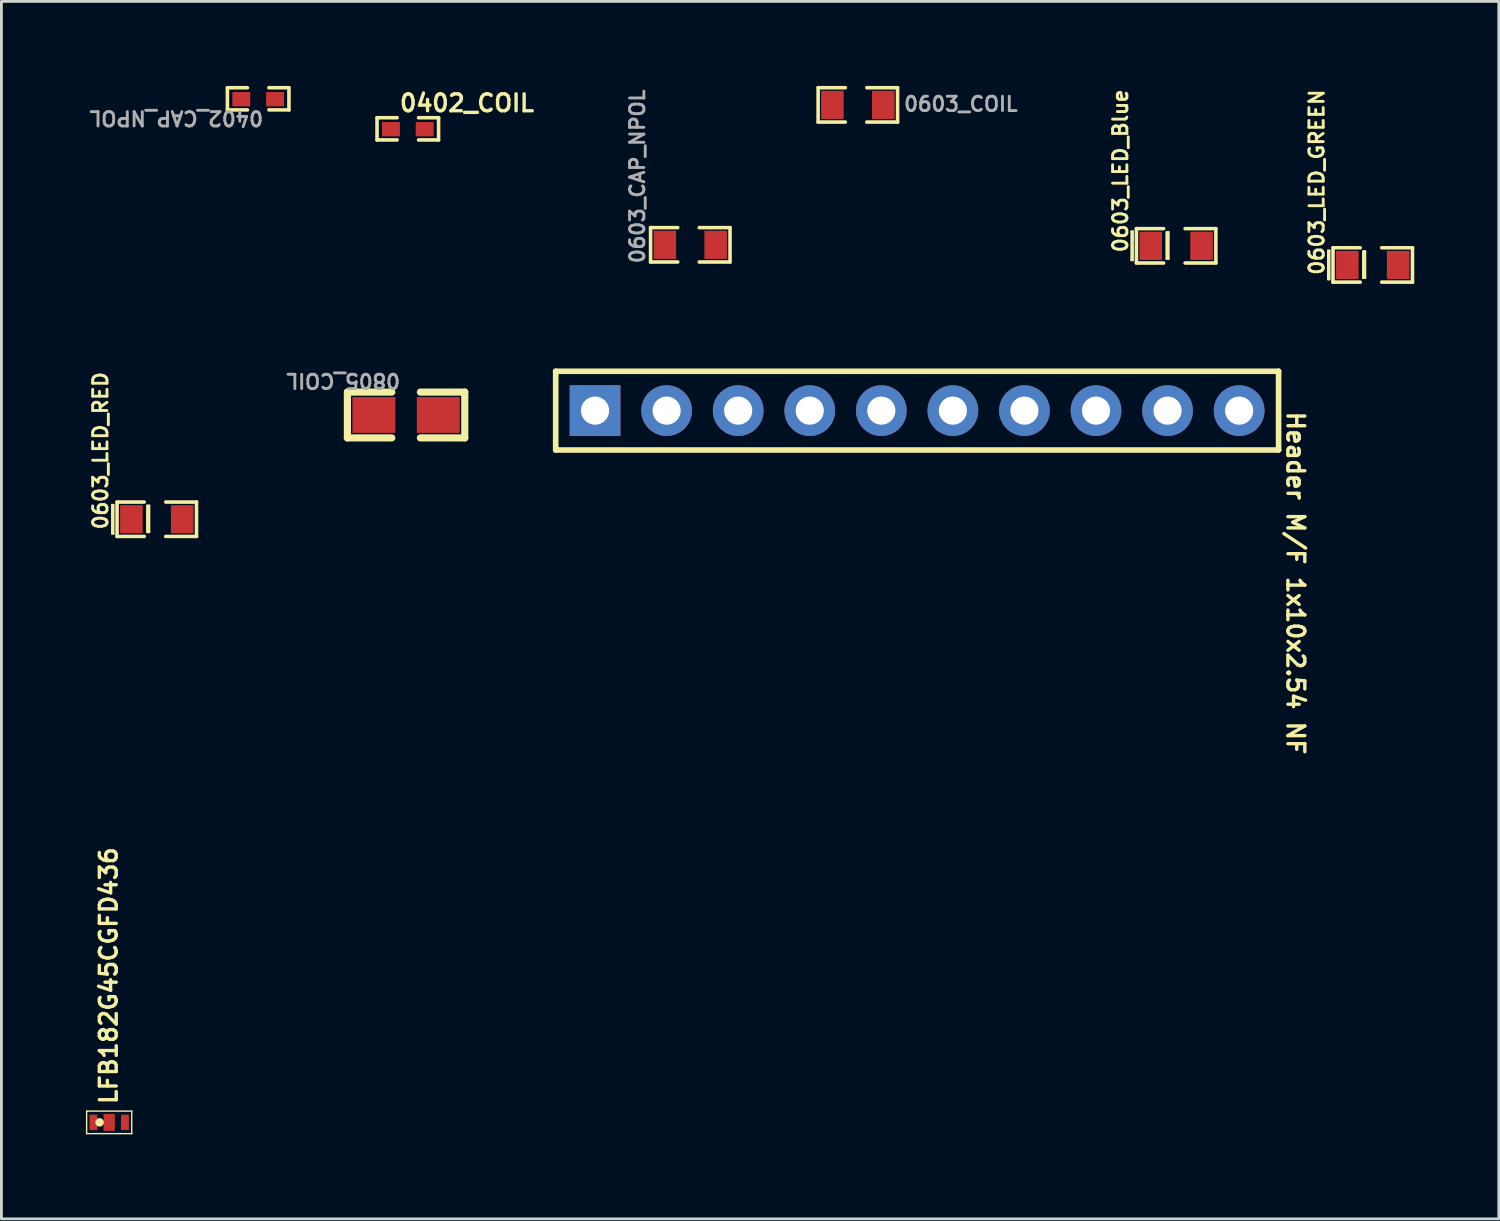
<source format=kicad_pcb>
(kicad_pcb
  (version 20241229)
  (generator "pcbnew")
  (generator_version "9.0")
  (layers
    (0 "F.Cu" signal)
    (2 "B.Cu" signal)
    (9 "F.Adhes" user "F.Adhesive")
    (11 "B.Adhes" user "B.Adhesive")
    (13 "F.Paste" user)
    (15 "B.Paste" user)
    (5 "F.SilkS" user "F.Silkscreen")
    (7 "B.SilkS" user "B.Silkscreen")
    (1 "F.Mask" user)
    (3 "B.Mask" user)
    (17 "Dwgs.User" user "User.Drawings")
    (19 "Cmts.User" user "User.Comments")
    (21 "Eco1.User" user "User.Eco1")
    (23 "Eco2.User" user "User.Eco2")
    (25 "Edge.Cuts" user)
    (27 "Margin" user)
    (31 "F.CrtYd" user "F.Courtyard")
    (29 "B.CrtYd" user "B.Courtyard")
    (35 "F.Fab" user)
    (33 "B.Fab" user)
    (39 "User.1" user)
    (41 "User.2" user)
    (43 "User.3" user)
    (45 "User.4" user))
  (footprint "0402_CAP_NPOL"
    (layer "F.Cu")
    (at 6.113 0.47)
    (property "Reference" "0402_CAP_NPOL" (at 0.236 0.375 180) (unlocked yes) (layer "F.Fab") (effects (font (size 0.508 0.508) (thickness 0.102)) (justify left bottom)))
    (fp_line (start -1.092 -0.406) (end -1.092 0.381) (stroke (width 0.127) (type solid)) (layer "F.SilkS"))
    (fp_line (start -0.381 -0.406) (end -1.092 -0.406) (stroke (width 0.127) (type solid)) (layer "F.SilkS"))
    (fp_line (start -0.381 0.381) (end -1.092 0.381) (stroke (width 0.127) (type solid)) (layer "F.SilkS"))
    (fp_line (start 1.092 -0.406) (end 0.381 -0.406) (stroke (width 0.127) (type solid)) (layer "F.SilkS"))
    (fp_line (start 1.092 -0.406) (end 1.092 0.381) (stroke (width 0.127) (type solid)) (layer "F.SilkS"))
    (fp_line (start 1.092 0.381) (end 0.381 0.381) (stroke (width 0.127) (type solid)) (layer "F.SilkS"))
    (pad "1" smd rect (at -0.599 0) (size 0.635 0.508) (layers "F.Cu" "F.Mask" "F.Paste"))
    (pad "2" smd rect (at 0.599 0) (size 0.635 0.508) (layers "F.Cu" "F.Mask" "F.Paste")))
  (footprint "0402_COIL"
    (layer "F.Cu")
    (at 11.424 1.535)
    (property "Reference" "0402_COIL" (at -0.35 -0.575 0) (unlocked yes) (layer "F.SilkS") (effects (font (size 0.6 0.6) (thickness 0.12)) (justify left bottom)))
    (fp_line (start -1.092 -0.406) (end -0.381 -0.406) (stroke (width 0.127) (type solid)) (layer "F.SilkS"))
    (fp_line (start -1.092 0.381) (end -1.092 -0.406) (stroke (width 0.127) (type solid)) (layer "F.SilkS"))
    (fp_line (start -1.092 0.381) (end -0.381 0.381) (stroke (width 0.127) (type solid)) (layer "F.SilkS"))
    (fp_line (start 0.381 -0.406) (end 1.092 -0.406) (stroke (width 0.127) (type solid)) (layer "F.SilkS"))
    (fp_line (start 0.381 0.381) (end 1.092 0.381) (stroke (width 0.127) (type solid)) (layer "F.SilkS"))
    (fp_line (start 1.092 0.381) (end 1.092 -0.406) (stroke (width 0.127) (type solid)) (layer "F.SilkS"))
    (pad "1" smd rect (at -0.599 0) (size 0.635 0.508) (layers "F.Cu" "F.Mask" "F.Paste"))
    (pad "2" smd rect (at 0.599 0) (size 0.635 0.508) (layers "F.Cu" "F.Mask" "F.Paste")))
  (footprint "0603_COIL"
    (layer "F.Cu")
    (at 27.397 0.673)
    (property "Reference" "0603_COIL" (at 1.582 0.268 0) (unlocked yes) (layer "F.Fab") (effects (font (size 0.508 0.508) (thickness 0.102)) (justify left bottom)))
    (fp_line (start -1.41 -0.61) (end -0.445 -0.61) (stroke (width 0.127) (type solid)) (layer "F.SilkS"))
    (fp_line (start -1.41 0.61) (end -1.41 -0.61) (stroke (width 0.127) (type solid)) (layer "F.SilkS"))
    (fp_line (start -1.41 0.61) (end -0.445 0.61) (stroke (width 0.127) (type solid)) (layer "F.SilkS"))
    (fp_line (start 0.318 -0.61) (end 1.41 -0.61) (stroke (width 0.127) (type solid)) (layer "F.SilkS"))
    (fp_line (start 0.318 0.61) (end 1.41 0.61) (stroke (width 0.127) (type solid)) (layer "F.SilkS"))
    (fp_line (start 1.41 0.61) (end 1.41 -0.61) (stroke (width 0.127) (type solid)) (layer "F.SilkS"))
    (pad "1" smd rect (at -0.902 0) (size 0.8 1) (layers "F.Cu" "F.Mask" "F.Paste"))
    (pad "2" smd rect (at 0.902 0) (size 0.8 1) (layers "F.Cu" "F.Mask" "F.Paste")))
  (footprint "0603_LED_RED"
    (layer "F.Cu")
    (at 2.515 15.379)
    (property "Reference" "0603_LED_RED" (at -1.701 0.416 90) (unlocked yes) (layer "F.SilkS") (effects (font (size 0.508 0.508) (thickness 0.102)) (justify left bottom)))
    (fp_line (start -1.587 0.508) (end -1.587 -0.508) (stroke (width 0.075) (type solid)) (layer "F.SilkS"))
    (fp_line (start -1.537 -0.508) (end -1.587 -0.508) (stroke (width 0.075) (type solid)) (layer "F.SilkS"))
    (fp_line (start -1.537 0.508) (end -1.587 0.508) (stroke (width 0.075) (type solid)) (layer "F.SilkS"))
    (fp_line (start -1.537 0.508) (end -1.537 -0.508) (stroke (width 0.075) (type solid)) (layer "F.SilkS"))
    (fp_line (start -1.41 0.61) (end -1.41 -0.61) (stroke (width 0.127) (type solid)) (layer "F.SilkS"))
    (fp_line (start -0.445 -0.61) (end -1.41 -0.61) (stroke (width 0.127) (type solid)) (layer "F.SilkS"))
    (fp_line (start -0.445 0.61) (end -1.41 0.61) (stroke (width 0.127) (type solid)) (layer "F.SilkS"))
    (fp_line (start -0.343 0.457) (end -0.343 -0.483) (stroke (width 0.075) (type solid)) (layer "F.SilkS"))
    (fp_line (start -0.292 0.432) (end -0.318 -0.483) (stroke (width 0.075) (type solid)) (layer "F.SilkS"))
    (fp_line (start -0.267 -0.483) (end -0.318 -0.483) (stroke (width 0.075) (type solid)) (layer "F.SilkS"))
    (fp_line (start -0.267 0.457) (end -0.343 0.457) (stroke (width 0.075) (type solid)) (layer "F.SilkS"))
    (fp_line (start -0.267 0.457) (end -0.267 -0.483) (stroke (width 0.075) (type solid)) (layer "F.SilkS"))
    (fp_line (start 1.41 -0.61) (end 0.318 -0.61) (stroke (width 0.127) (type solid)) (layer "F.SilkS"))
    (fp_line (start 1.41 0.61) (end 0.318 0.61) (stroke (width 0.127) (type solid)) (layer "F.SilkS"))
    (fp_line (start 1.41 0.61) (end 1.41 -0.61) (stroke (width 0.127) (type solid)) (layer "F.SilkS"))
    (pad "A" smd rect (at 0.902 0) (size 0.8 1) (layers "F.Cu" "F.Mask" "F.Paste"))
    (pad "K" smd rect (at -0.902 0) (size 0.8 1) (layers "F.Cu" "F.Mask" "F.Paste")))
  (footprint "0603_CAP_NPOL"
    (layer "F.Cu")
    (at 21.45 5.639)
    (property "Reference" "0603_CAP_NPOL" (at -1.58 0.71 90) (unlocked yes) (layer "F.Fab") (effects (font (size 0.508 0.508) (thickness 0.102)) (justify left bottom)))
    (fp_line (start -1.41 0.61) (end -1.41 -0.61) (stroke (width 0.127) (type solid)) (layer "F.SilkS"))
    (fp_line (start -0.445 -0.61) (end -1.41 -0.61) (stroke (width 0.127) (type solid)) (layer "F.SilkS"))
    (fp_line (start -0.445 0.61) (end -1.41 0.61) (stroke (width 0.127) (type solid)) (layer "F.SilkS"))
    (fp_line (start 1.41 -0.61) (end 0.318 -0.61) (stroke (width 0.127) (type solid)) (layer "F.SilkS"))
    (fp_line (start 1.41 0.61) (end 0.318 0.61) (stroke (width 0.127) (type solid)) (layer "F.SilkS"))
    (fp_line (start 1.41 0.61) (end 1.41 -0.61) (stroke (width 0.127) (type solid)) (layer "F.SilkS"))
    (pad "1" smd rect (at -0.902 0) (size 0.8 1) (layers "F.Cu" "F.Mask" "F.Paste"))
    (pad "2" smd rect (at 0.902 0) (size 0.8 1) (layers "F.Cu" "F.Mask" "F.Paste")))
  (footprint "0603_LED_GREEN"
    (layer "F.Cu")
    (at 45.672 6.354)
    (property "Reference" "0603_LED_GREEN" (at -1.691 0.406 90) (unlocked yes) (layer "F.SilkS") (effects (font (size 0.508 0.508) (thickness 0.102)) (justify left bottom)))
    (fp_line (start -1.587 0.508) (end -1.587 -0.508) (stroke (width 0.075) (type solid)) (layer "F.SilkS"))
    (fp_line (start -1.537 -0.508) (end -1.587 -0.508) (stroke (width 0.075) (type solid)) (layer "F.SilkS"))
    (fp_line (start -1.537 0.508) (end -1.587 0.508) (stroke (width 0.075) (type solid)) (layer "F.SilkS"))
    (fp_line (start -1.537 0.508) (end -1.537 -0.508) (stroke (width 0.075) (type solid)) (layer "F.SilkS"))
    (fp_line (start -1.41 0.61) (end -1.41 -0.61) (stroke (width 0.127) (type solid)) (layer "F.SilkS"))
    (fp_line (start -0.445 -0.61) (end -1.41 -0.61) (stroke (width 0.127) (type solid)) (layer "F.SilkS"))
    (fp_line (start -0.445 0.61) (end -1.41 0.61) (stroke (width 0.127) (type solid)) (layer "F.SilkS"))
    (fp_line (start -0.343 0.457) (end -0.343 -0.483) (stroke (width 0.075) (type solid)) (layer "F.SilkS"))
    (fp_line (start -0.292 0.432) (end -0.318 -0.483) (stroke (width 0.075) (type solid)) (layer "F.SilkS"))
    (fp_line (start -0.267 -0.483) (end -0.318 -0.483) (stroke (width 0.075) (type solid)) (layer "F.SilkS"))
    (fp_line (start -0.267 0.457) (end -0.343 0.457) (stroke (width 0.075) (type solid)) (layer "F.SilkS"))
    (fp_line (start -0.267 0.457) (end -0.267 -0.483) (stroke (width 0.075) (type solid)) (layer "F.SilkS"))
    (fp_line (start 1.41 -0.61) (end 0.318 -0.61) (stroke (width 0.127) (type solid)) (layer "F.SilkS"))
    (fp_line (start 1.41 0.61) (end 0.318 0.61) (stroke (width 0.127) (type solid)) (layer "F.SilkS"))
    (fp_line (start 1.41 0.61) (end 1.41 -0.61) (stroke (width 0.127) (type solid)) (layer "F.SilkS"))
    (pad "A" smd rect (at 0.902 0) (size 0.8 1) (layers "F.Cu" "F.Mask" "F.Paste"))
    (pad "K" smd rect (at -0.902 0) (size 0.8 1) (layers "F.Cu" "F.Mask" "F.Paste")))
  (footprint "0603_LED_Blue"
    (layer "F.Cu")
    (at 38.694 5.675)
    (property "Reference" "0603_LED_Blue" (at -1.681 0.286 90) (unlocked yes) (layer "F.SilkS") (effects (font (size 0.508 0.508) (thickness 0.102)) (justify left bottom)))
    (fp_line (start -1.587 0.508) (end -1.587 -0.508) (stroke (width 0.075) (type solid)) (layer "F.SilkS"))
    (fp_line (start -1.537 -0.508) (end -1.587 -0.508) (stroke (width 0.075) (type solid)) (layer "F.SilkS"))
    (fp_line (start -1.537 0.508) (end -1.587 0.508) (stroke (width 0.075) (type solid)) (layer "F.SilkS"))
    (fp_line (start -1.537 0.508) (end -1.537 -0.508) (stroke (width 0.075) (type solid)) (layer "F.SilkS"))
    (fp_line (start -1.41 0.61) (end -1.41 -0.61) (stroke (width 0.127) (type solid)) (layer "F.SilkS"))
    (fp_line (start -0.445 -0.61) (end -1.41 -0.61) (stroke (width 0.127) (type solid)) (layer "F.SilkS"))
    (fp_line (start -0.445 0.61) (end -1.41 0.61) (stroke (width 0.127) (type solid)) (layer "F.SilkS"))
    (fp_line (start -0.343 0.457) (end -0.343 -0.483) (stroke (width 0.075) (type solid)) (layer "F.SilkS"))
    (fp_line (start -0.292 0.432) (end -0.318 -0.483) (stroke (width 0.075) (type solid)) (layer "F.SilkS"))
    (fp_line (start -0.267 -0.483) (end -0.318 -0.483) (stroke (width 0.075) (type solid)) (layer "F.SilkS"))
    (fp_line (start -0.267 0.457) (end -0.343 0.457) (stroke (width 0.075) (type solid)) (layer "F.SilkS"))
    (fp_line (start -0.267 0.457) (end -0.267 -0.483) (stroke (width 0.075) (type solid)) (layer "F.SilkS"))
    (fp_line (start 1.41 -0.61) (end 0.318 -0.61) (stroke (width 0.127) (type solid)) (layer "F.SilkS"))
    (fp_line (start 1.41 0.61) (end 0.318 0.61) (stroke (width 0.127) (type solid)) (layer "F.SilkS"))
    (fp_line (start 1.41 0.61) (end 1.41 -0.61) (stroke (width 0.127) (type solid)) (layer "F.SilkS"))
    (pad "A" smd rect (at 0.902 0) (size 0.8 1) (layers "F.Cu" "F.Mask" "F.Paste"))
    (pad "K" smd rect (at -0.902 0) (size 0.8 1) (layers "F.Cu" "F.Mask" "F.Paste")))
  (footprint "Header M{slash}F 1x10x2.54 NF"
    (layer "F.Cu")
    (at 18.07 11.524)
    (property "Reference" "Header M{slash}F 1x10x2.54 NF" (at 24.511 -0.03 270) (unlocked yes) (layer "F.SilkS") (effects (font (size 0.6 0.6) (thickness 0.12)) (justify left bottom)))
    (fp_line (start -1.397 -1.397) (end -1.397 1.397) (stroke (width 0.2) (type solid)) (layer "F.SilkS"))
    (fp_line (start 24.26 -1.397) (end -1.397 -1.397) (stroke (width 0.2) (type solid)) (layer "F.SilkS"))
    (fp_line (start 24.26 -1.397) (end 24.26 1.397) (stroke (width 0.2) (type solid)) (layer "F.SilkS"))
    (fp_line (start 24.26 1.397) (end -1.397 1.397) (stroke (width 0.2) (type solid)) (layer "F.SilkS"))
    (pad "1" thru_hole rect (at 0 0) (size 1.8 1.8) (drill 1) (layers "*.Cu" "*.Mask"))
    (pad "2" thru_hole circle (at 2.54 0) (size 1.8 1.8) (drill 1) (layers "*.Cu" "*.Mask"))
    (pad "3" thru_hole circle (at 5.08 0) (size 1.8 1.8) (drill 1) (layers "*.Cu" "*.Mask"))
    (pad "4" thru_hole circle (at 7.62 0) (size 1.8 1.8) (drill 1) (layers "*.Cu" "*.Mask"))
    (pad "5" thru_hole circle (at 10.16 0) (size 1.8 1.8) (drill 1) (layers "*.Cu" "*.Mask"))
    (pad "6" thru_hole circle (at 12.7 0) (size 1.8 1.8) (drill 1) (layers "*.Cu" "*.Mask"))
    (pad "7" thru_hole circle (at 15.24 0) (size 1.8 1.8) (drill 1) (layers "*.Cu" "*.Mask"))
    (pad "8" thru_hole circle (at 17.78 0) (size 1.8 1.8) (drill 1) (layers "*.Cu" "*.Mask"))
    (pad "9" thru_hole circle (at 20.32 0) (size 1.8 1.8) (drill 1) (layers "*.Cu" "*.Mask"))
    (pad "10" thru_hole circle (at 22.86 0) (size 1.8 1.8) (drill 1) (layers "*.Cu" "*.Mask")))
  (footprint "0805_COIL"
    (layer "F.Cu")
    (at 10.22 11.679)
    (property "Reference" "0805_COIL" (at 0.988 -1.513 180) (unlocked yes) (layer "F.Fab") (effects (font (size 0.508 0.508) (thickness 0.102)) (justify left bottom)))
    (fp_line (start -0.94 0.813) (end -0.94 -0.813) (stroke (width 0.254) (type solid)) (layer "F.SilkS"))
    (fp_line (start 0.635 -0.813) (end -0.94 -0.813) (stroke (width 0.254) (type solid)) (layer "F.SilkS"))
    (fp_line (start 0.635 0.813) (end -0.94 0.813) (stroke (width 0.254) (type solid)) (layer "F.SilkS"))
    (fp_line (start 3.226 -0.813) (end 1.651 -0.813) (stroke (width 0.254) (type solid)) (layer "F.SilkS"))
    (fp_line (start 3.226 0.813) (end 1.651 0.813) (stroke (width 0.254) (type solid)) (layer "F.SilkS"))
    (fp_line (start 3.226 0.813) (end 3.226 -0.813) (stroke (width 0.254) (type solid)) (layer "F.SilkS"))
    (pad "1" smd rect (at 0 0) (size 1.524 1.27) (layers "F.Cu" "F.Mask" "F.Paste"))
    (pad "2" smd rect (at 2.286 0) (size 1.524 1.27) (layers "F.Cu" "F.Mask" "F.Paste")))
  (footprint "LFB182G45CGFD436"
    (layer "F.Cu")
    (at 0.825 36.786)
    (property "Reference" "LFB182G45CGFD436" (at 0.33 -0.584 90) (unlocked yes) (layer "F.SilkS") (effects (font (size 0.6 0.6) (thickness 0.12)) (justify left bottom)))
    (fp_line (start -0.8 -0.4) (end 0.8 -0.4) (stroke (width 0.05) (type solid)) (layer "F.SilkS"))
    (fp_line (start -0.8 0.4) (end -0.8 -0.4) (stroke (width 0.05) (type solid)) (layer "F.SilkS"))
    (fp_line (start -0.8 0.4) (end 0.8 0.4) (stroke (width 0.05) (type solid)) (layer "F.SilkS"))
    (fp_line (start 0.8 0.4) (end 0.8 -0.4) (stroke (width 0.05) (type solid)) (layer "F.SilkS"))
    (fp_circle (center -0.34 0) (end -0.34 -0.002) (stroke (width 0.15) (type solid)) (fill no) (layer "F.SilkS"))
    (pad "1" smd rect (at -0.56 0) (size 0.28 0.55) (layers "F.Cu" "F.Mask" "F.Paste"))
    (pad "2" smd rect (at 0 -0.000002) (size 0.4 0.6) (layers "F.Cu" "F.Mask" "F.Paste"))
    (pad "3" smd rect (at 0.56 0) (size 0.28 0.55) (layers "F.Cu" "F.Mask" "F.Paste")))
  (gr_rect
    (start -3 -3)
    (end 50.146 40.211)
    (stroke (width 0.1) (type default))
    (fill no)
    (layer "Edge.Cuts")))
</source>
